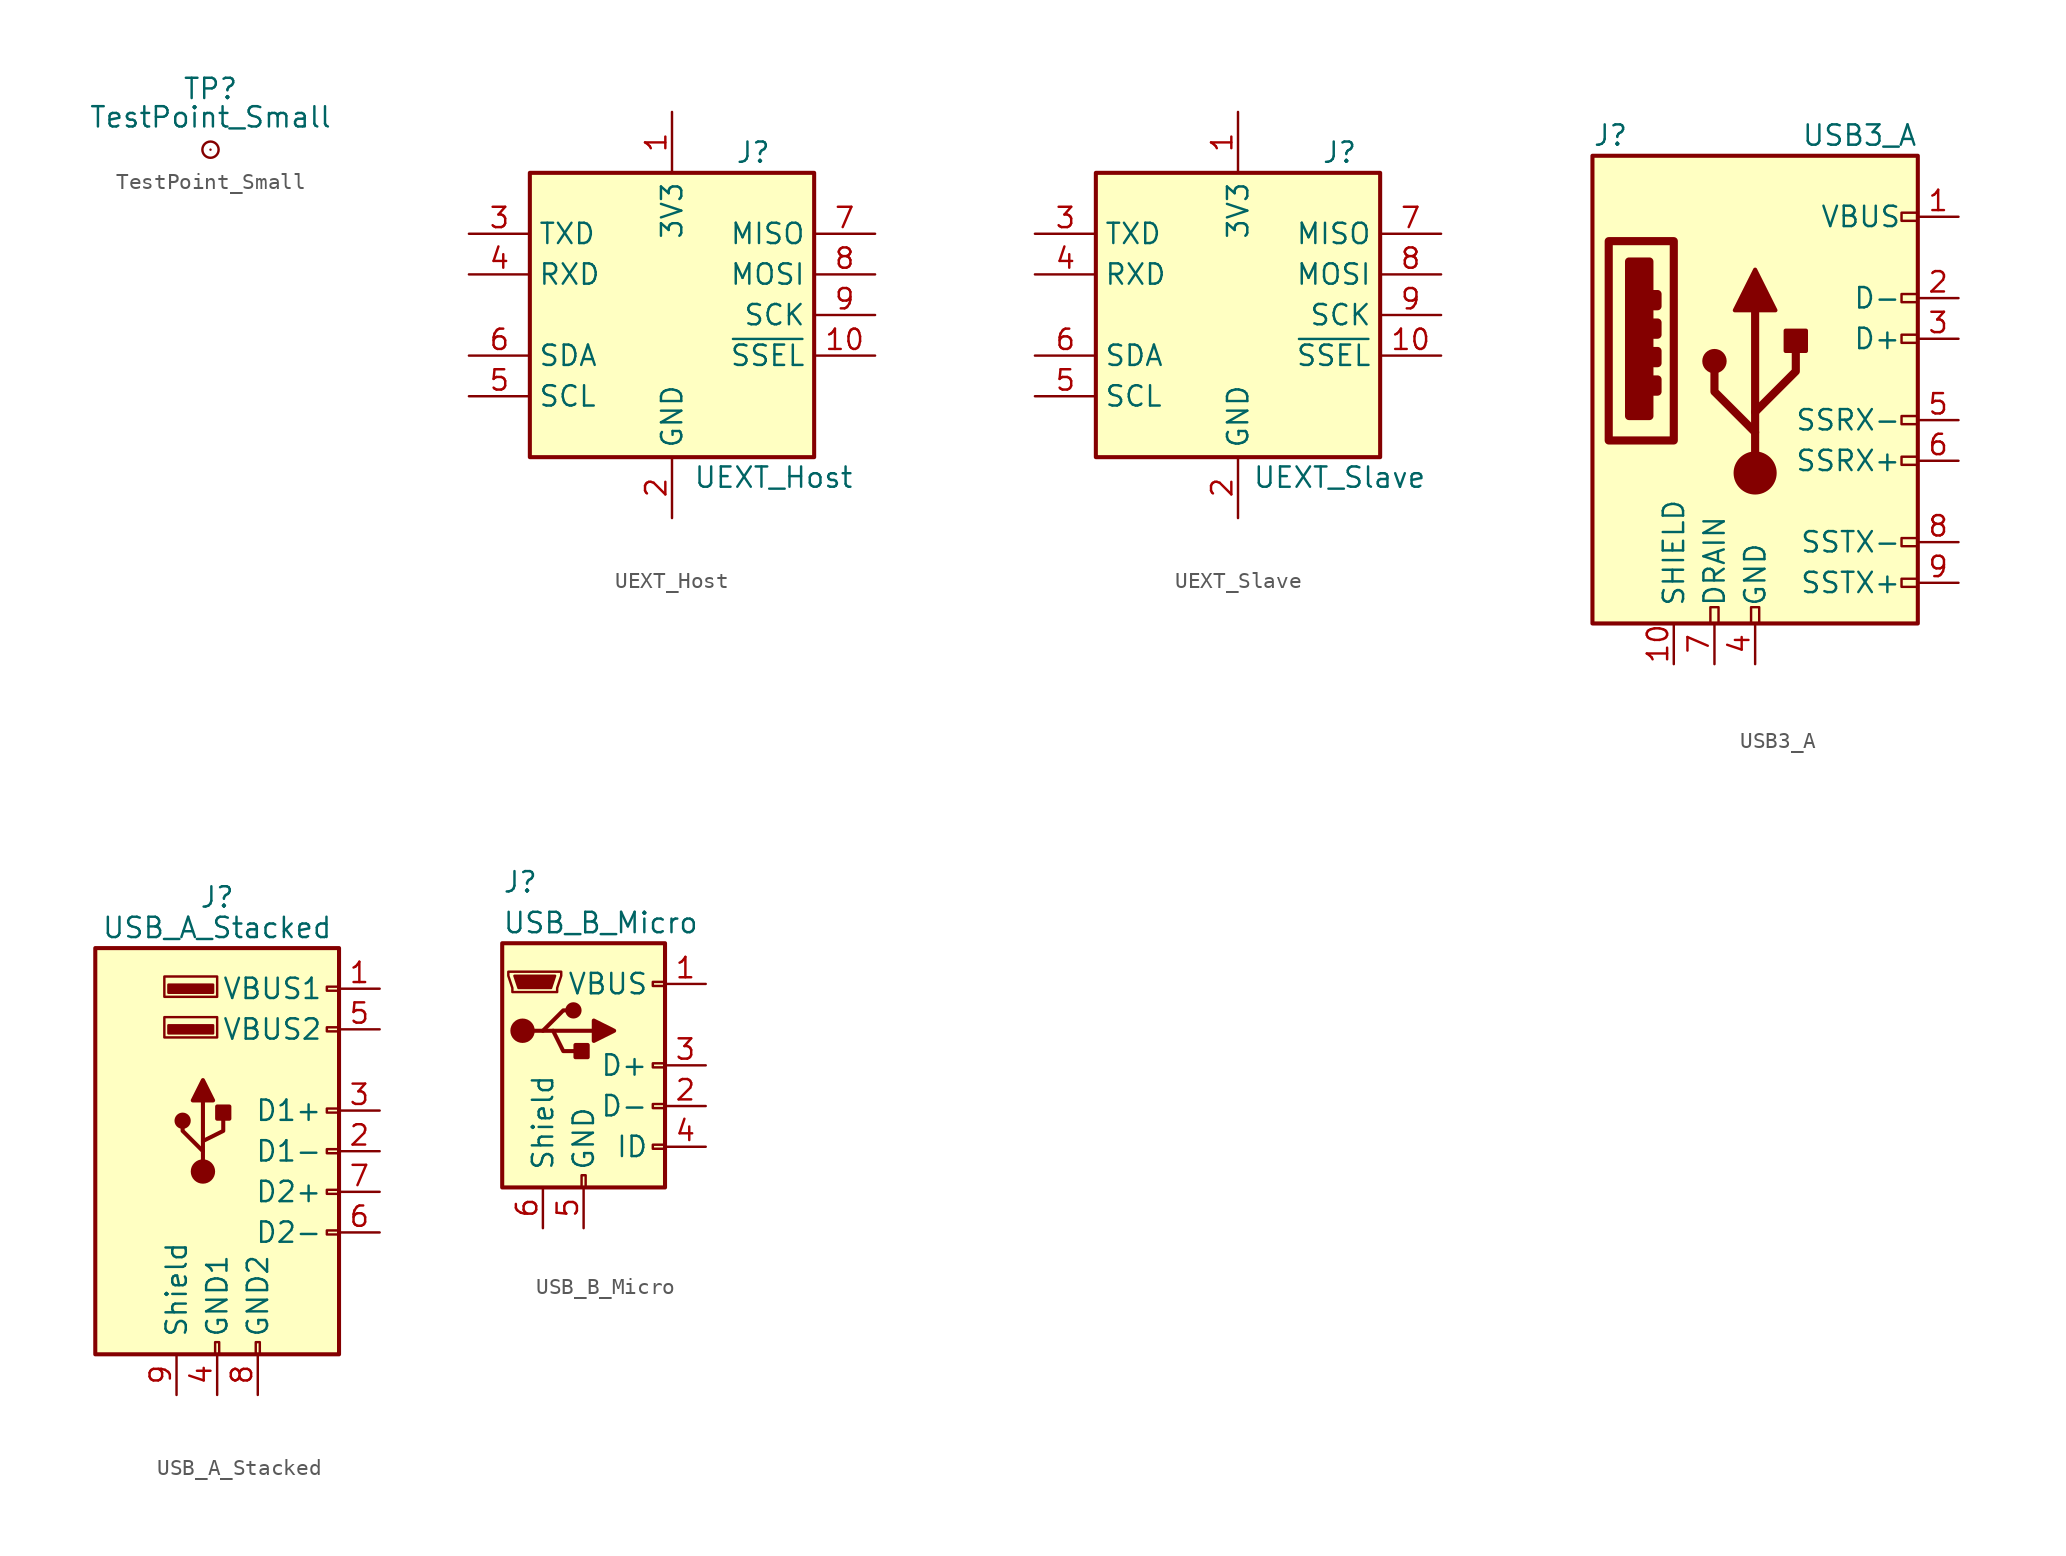
<source format=kicad_sym>
(kicad_symbol_lib
  (version 20201005)
  (generator kicad_symbol_editor)
  (symbol "Connector:TestPoint_Small"
    (pin_numbers hide)
    (pin_names
      (offset 0.762) hide)
    (property "Reference" "TP"
      (at 0 3.81 0)
      (effects (font (size 1.27 1.27))))
    (property "Value" "TestPoint_Small"
      (at 0 2.032 0)
      (effects (font (size 1.27 1.27))))
    (symbol "TestPoint_Small_0_1"
      (circle (center 0 0) (radius 0.508) (stroke (width 0)) (fill (type none))))
    (symbol "TestPoint_Small_1_1"
      (pin passive line (at 0 0 90) (length 0) (name "1" (effects (font (size 1.27 1.27)))) (number "1" (effects (font (size 1.27 1.27)))))))
  (symbol "Connector:UEXT_Host"
    (property "Reference" "J"
      (at 5.08 10.16 0)
      (effects (font (size 1.27 1.27))))
    (property "Value" "UEXT_Host"
      (at 6.35 -10.16 0)
      (effects (font (size 1.27 1.27))))
    (symbol "UEXT_Host_1_1"
      (rectangle (start -8.89 8.89) (end 8.89 -8.89) (stroke (width 0.254)) (fill (type background)))
      (pin power_in line (at 0 12.7 270) (length 3.81) (name "3V3" (effects (font (size 1.27 1.27)))) (number "1" (effects (font (size 1.27 1.27)))))
      (pin output line (at 12.7 -2.54 180) (length 3.81) (name "~SSEL" (effects (font (size 1.27 1.27)))) (number "10" (effects (font (size 1.27 1.27)))))
      (pin power_in line (at 0 -12.7 90) (length 3.81) (name "GND" (effects (font (size 1.27 1.27)))) (number "2" (effects (font (size 1.27 1.27)))))
      (pin output line (at -12.7 5.08 0) (length 3.81) (name "TXD" (effects (font (size 1.27 1.27)))) (number "3" (effects (font (size 1.27 1.27)))))
      (pin input line (at -12.7 2.54 0) (length 3.81) (name "RXD" (effects (font (size 1.27 1.27)))) (number "4" (effects (font (size 1.27 1.27)))))
      (pin output line (at -12.7 -5.08 0) (length 3.81) (name "SCL" (effects (font (size 1.27 1.27)))) (number "5" (effects (font (size 1.27 1.27)))))
      (pin bidirectional line (at -12.7 -2.54 0) (length 3.81) (name "SDA" (effects (font (size 1.27 1.27)))) (number "6" (effects (font (size 1.27 1.27)))))
      (pin output line (at 12.7 5.08 180) (length 3.81) (name "MISO" (effects (font (size 1.27 1.27)))) (number "7" (effects (font (size 1.27 1.27)))))
      (pin input line (at 12.7 2.54 180) (length 3.81) (name "MOSI" (effects (font (size 1.27 1.27)))) (number "8" (effects (font (size 1.27 1.27)))))
      (pin output line (at 12.7 0 180) (length 3.81) (name "SCK" (effects (font (size 1.27 1.27)))) (number "9" (effects (font (size 1.27 1.27)))))))
  (symbol "Connector:UEXT_Slave"
    (property "Reference" "J"
      (at 6.35 10.16 0)
      (effects (font (size 1.27 1.27))))
    (property "Value" "UEXT_Slave"
      (at 6.35 -10.16 0)
      (effects (font (size 1.27 1.27))))
    (symbol "UEXT_Slave_1_1"
      (rectangle (start -8.89 8.89) (end 8.89 -8.89) (stroke (width 0.254)) (fill (type background)))
      (pin power_out line (at 0 12.7 270) (length 3.81) (name "3V3" (effects (font (size 1.27 1.27)))) (number "1" (effects (font (size 1.27 1.27)))))
      (pin input line (at 12.7 -2.54 180) (length 3.81) (name "~SSEL" (effects (font (size 1.27 1.27)))) (number "10" (effects (font (size 1.27 1.27)))))
      (pin power_in line (at 0 -12.7 90) (length 3.81) (name "GND" (effects (font (size 1.27 1.27)))) (number "2" (effects (font (size 1.27 1.27)))))
      (pin input line (at -12.7 5.08 0) (length 3.81) (name "TXD" (effects (font (size 1.27 1.27)))) (number "3" (effects (font (size 1.27 1.27)))))
      (pin output line (at -12.7 2.54 0) (length 3.81) (name "RXD" (effects (font (size 1.27 1.27)))) (number "4" (effects (font (size 1.27 1.27)))))
      (pin input line (at -12.7 -5.08 0) (length 3.81) (name "SCL" (effects (font (size 1.27 1.27)))) (number "5" (effects (font (size 1.27 1.27)))))
      (pin bidirectional line (at -12.7 -2.54 0) (length 3.81) (name "SDA" (effects (font (size 1.27 1.27)))) (number "6" (effects (font (size 1.27 1.27)))))
      (pin input line (at 12.7 5.08 180) (length 3.81) (name "MISO" (effects (font (size 1.27 1.27)))) (number "7" (effects (font (size 1.27 1.27)))))
      (pin output line (at 12.7 2.54 180) (length 3.81) (name "MOSI" (effects (font (size 1.27 1.27)))) (number "8" (effects (font (size 1.27 1.27)))))
      (pin input line (at 12.7 0 180) (length 3.81) (name "SCK" (effects (font (size 1.27 1.27)))) (number "9" (effects (font (size 1.27 1.27)))))))
  (symbol "Connector:USB3_A"
    (pin_names
      (offset 1.016))
    (property "Reference" "J"
      (at -10.16 15.24 0)
      (effects (font (size 1.27 1.27)) (justify left)))
    (property "Value" "USB3_A"
      (at 10.16 15.24 0)
      (effects (font (size 1.27 1.27)) (justify right)))
    (symbol "USB3_A_0_0"
      (rectangle (start -9.144 8.636) (end -5.08 -3.81) (stroke (width 0.508)) (fill (type none)))
      (rectangle (start -7.874 7.366) (end -6.604 -2.286) (stroke (width 0.508)) (fill (type outline)))
      (rectangle (start -6.35 0) (end -6.096 -0.762) (stroke (width 0.508)) (fill (type none)))
      (rectangle (start -6.35 1.778) (end -6.096 1.016) (stroke (width 0.508)) (fill (type none)))
      (rectangle (start -6.35 3.556) (end -6.096 2.794) (stroke (width 0.508)) (fill (type none)))
      (rectangle (start -6.35 5.334) (end -6.096 4.572) (stroke (width 0.508)) (fill (type none)))
      (rectangle (start -2.794 -15.24) (end -2.286 -14.224) (stroke (width 0)) (fill (type none)))
      (rectangle (start -0.254 -15.24) (end 0.254 -14.224) (stroke (width 0)) (fill (type none)))
      (rectangle (start 10.16 -12.446) (end 9.144 -12.954) (stroke (width 0)) (fill (type none)))
      (rectangle (start 10.16 -9.906) (end 9.144 -10.414) (stroke (width 0)) (fill (type none)))
      (rectangle (start 10.16 -4.826) (end 9.144 -5.334) (stroke (width 0)) (fill (type none)))
      (rectangle (start 10.16 -2.286) (end 9.144 -2.794) (stroke (width 0)) (fill (type none)))
      (rectangle (start 10.16 2.794) (end 9.144 2.286) (stroke (width 0)) (fill (type none)))
      (rectangle (start 10.16 5.334) (end 9.144 4.826) (stroke (width 0)) (fill (type none)))
      (rectangle (start 10.16 10.414) (end 9.144 9.906) (stroke (width 0)) (fill (type none))))
    (symbol "USB3_A_0_1"
      (rectangle (start -10.16 13.97) (end 10.16 -15.24) (stroke (width 0.254)) (fill (type background))))
    (symbol "USB3_A_1_1"
      (circle (center -2.54 1.143) (radius 0.635) (stroke (width 0.254)) (fill (type outline)))
      (circle (center 0 -5.842) (radius 1.27) (stroke (width 0)) (fill (type outline)))
      (rectangle (start 1.905 1.778) (end 3.175 3.048) (stroke (width 0.254)) (fill (type outline)))
      (polyline (pts (xy 0 -5.842) (xy 0 4.318)) (stroke (width 0.508)) (fill (type none)))
      (polyline (pts (xy 0 -3.302) (xy -2.54 -0.762) (xy -2.54 0.508)) (stroke (width 0.508)) (fill (type none)))
      (polyline (pts (xy 0 -2.032) (xy 2.54 0.508) (xy 2.54 1.778)) (stroke (width 0.508)) (fill (type none)))
      (polyline (pts (xy -1.27 4.318) (xy 0 6.858) (xy 1.27 4.318) (xy -1.27 4.318)) (stroke (width 0.254)) (fill (type outline)))
      (pin power_in line (at 12.7 10.16 180) (length 2.54) (name "VBUS" (effects (font (size 1.27 1.27)))) (number "1" (effects (font (size 1.27 1.27)))))
      (pin passive line (at -5.08 -17.78 90) (length 2.54) (name "SHIELD" (effects (font (size 1.27 1.27)))) (number "10" (effects (font (size 1.27 1.27)))))
      (pin bidirectional line (at 12.7 5.08 180) (length 2.54) (name "D-" (effects (font (size 1.27 1.27)))) (number "2" (effects (font (size 1.27 1.27)))))
      (pin bidirectional line (at 12.7 2.54 180) (length 2.54) (name "D+" (effects (font (size 1.27 1.27)))) (number "3" (effects (font (size 1.27 1.27)))))
      (pin power_in line (at 0 -17.78 90) (length 2.54) (name "GND" (effects (font (size 1.27 1.27)))) (number "4" (effects (font (size 1.27 1.27)))))
      (pin output line (at 12.7 -2.54 180) (length 2.54) (name "SSRX-" (effects (font (size 1.27 1.27)))) (number "5" (effects (font (size 1.27 1.27)))))
      (pin output line (at 12.7 -5.08 180) (length 2.54) (name "SSRX+" (effects (font (size 1.27 1.27)))) (number "6" (effects (font (size 1.27 1.27)))))
      (pin passive line (at -2.54 -17.78 90) (length 2.54) (name "DRAIN" (effects (font (size 1.27 1.27)))) (number "7" (effects (font (size 1.27 1.27)))))
      (pin input line (at 12.7 -10.16 180) (length 2.54) (name "SSTX-" (effects (font (size 1.27 1.27)))) (number "8" (effects (font (size 1.27 1.27)))))
      (pin input line (at 12.7 -12.7 180) (length 2.54) (name "SSTX+" (effects (font (size 1.27 1.27)))) (number "9" (effects (font (size 1.27 1.27)))))))
  (symbol "Connector:USB_A_Stacked"
    (pin_names
      (offset 1.016))
    (property "Reference" "J"
      (at 0 15.875 0)
      (effects (font (size 1.27 1.27))))
    (property "Value" "USB_A_Stacked"
      (at 0 13.97 0)
      (effects (font (size 1.27 1.27))))
    (symbol "USB_A_Stacked_0_1"
      (circle (center -0.889 -1.27) (radius 0.635) (stroke (width 0.254)) (fill (type outline)))
      (circle (center -2.159 1.905) (radius 0.381) (stroke (width 0.254)) (fill (type outline)))
      (rectangle (start -7.62 12.7) (end 7.62 -12.7) (stroke (width 0.254)) (fill (type background)))
      (rectangle (start -0.254 7.366) (end -3.048 7.874) (stroke (width 0)) (fill (type outline)))
      (rectangle (start 0 7.112) (end -3.302 8.382) (stroke (width 0)) (fill (type none)))
      (rectangle (start -0.127 -12.7) (end 0.127 -11.938) (stroke (width 0)) (fill (type none)))
      (rectangle (start 0 2.794) (end 0.762 2.032) (stroke (width 0.254)) (fill (type outline)))
      (rectangle (start 7.62 -0.127) (end 6.858 0.127) (stroke (width 0)) (fill (type none)))
      (rectangle (start 7.62 2.413) (end 6.858 2.667) (stroke (width 0)) (fill (type none)))
      (rectangle (start 7.62 7.493) (end 6.858 7.747) (stroke (width 0)) (fill (type none)))
      (rectangle (start 7.62 -5.207) (end 6.858 -4.953) (stroke (width 0)) (fill (type none)))
      (rectangle (start 7.62 -2.667) (end 6.858 -2.413) (stroke (width 0)) (fill (type none)))
      (rectangle (start 7.62 10.033) (end 6.858 10.287) (stroke (width 0)) (fill (type none)))
      (rectangle (start 0 9.652) (end -3.302 10.922) (stroke (width 0)) (fill (type none)))
      (rectangle (start -0.254 9.906) (end -3.048 10.414) (stroke (width 0)) (fill (type outline)))
      (rectangle (start 2.413 -12.7) (end 2.667 -11.938) (stroke (width 0)) (fill (type none)))
      (polyline (pts (xy -0.889 -0.635) (xy -0.889 0) (xy -2.159 1.27) (xy -2.159 1.905)) (stroke (width 0.254)) (fill (type none)))
      (polyline (pts (xy -0.889 0) (xy -0.889 0.635) (xy 0.381 1.27) (xy 0.381 2.54)) (stroke (width 0.254)) (fill (type none)))
      (polyline (pts (xy -1.524 3.175) (xy -0.254 3.175) (xy -0.889 4.445) (xy -1.524 3.175)) (stroke (width 0.254)) (fill (type outline))))
    (symbol "USB_A_Stacked_1_1"
      (polyline (pts (xy -0.889 0.635) (xy -0.889 3.175)) (stroke (width 0.254)) (fill (type none)))
      (pin power_in line (at 10.16 7.62 180) (length 2.54) (name "VBUS2" (effects (font (size 1.27 1.27)))) (number "5" (effects (font (size 1.27 1.27)))))
      (pin bidirectional line (at 10.16 0 180) (length 2.54) (name "D1-" (effects (font (size 1.27 1.27)))) (number "2" (effects (font (size 1.27 1.27)))))
      (pin bidirectional line (at 10.16 2.54 180) (length 2.54) (name "D1+" (effects (font (size 1.27 1.27)))) (number "3" (effects (font (size 1.27 1.27)))))
      (pin power_in line (at 0 -15.24 90) (length 2.54) (name "GND1" (effects (font (size 1.27 1.27)))) (number "4" (effects (font (size 1.27 1.27)))))
      (pin passive line (at -2.54 -15.24 90) (length 2.54) (name "Shield" (effects (font (size 1.27 1.27)))) (number "9" (effects (font (size 1.27 1.27)))))
      (pin bidirectional line (at 10.16 -5.08 180) (length 2.54) (name "D2-" (effects (font (size 1.27 1.27)))) (number "6" (effects (font (size 1.27 1.27)))))
      (pin bidirectional line (at 10.16 -2.54 180) (length 2.54) (name "D2+" (effects (font (size 1.27 1.27)))) (number "7" (effects (font (size 1.27 1.27)))))
      (pin power_in line (at 10.16 10.16 180) (length 2.54) (name "VBUS1" (effects (font (size 1.27 1.27)))) (number "1" (effects (font (size 1.27 1.27)))))
      (pin power_in line (at 2.54 -15.24 90) (length 2.54) (name "GND2" (effects (font (size 1.27 1.27)))) (number "8" (effects (font (size 1.27 1.27)))))))
  (symbol "Connector:USB_B_Micro"
    (pin_names
      (offset 1.016))
    (property "Reference" "J"
      (at -5.08 11.43 0)
      (effects (font (size 1.27 1.27)) (justify left)))
    (property "Value" "USB_B_Micro"
      (at -5.08 8.89 0)
      (effects (font (size 1.27 1.27)) (justify left)))
    (symbol "USB_B_Micro_0_1"
      (circle (center -3.81 2.159) (radius 0.635) (stroke (width 0.254)) (fill (type outline)))
      (circle (center -0.635 3.429) (radius 0.381) (stroke (width 0.254)) (fill (type outline)))
      (rectangle (start -5.08 -7.62) (end 5.08 7.62) (stroke (width 0.254)) (fill (type background)))
      (rectangle (start -0.127 -7.62) (end 0.127 -6.858) (stroke (width 0)) (fill (type none)))
      (rectangle (start 0.254 1.27) (end -0.508 0.508) (stroke (width 0.254)) (fill (type outline)))
      (rectangle (start 5.08 -5.207) (end 4.318 -4.953) (stroke (width 0)) (fill (type none)))
      (rectangle (start 5.08 -2.667) (end 4.318 -2.413) (stroke (width 0)) (fill (type none)))
      (rectangle (start 5.08 -0.127) (end 4.318 0.127) (stroke (width 0)) (fill (type none)))
      (rectangle (start 5.08 4.953) (end 4.318 5.207) (stroke (width 0)) (fill (type none)))
      (polyline (pts (xy -1.905 2.159) (xy 0.635 2.159)) (stroke (width 0.254)) (fill (type none)))
      (polyline (pts (xy -3.175 2.159) (xy -2.54 2.159) (xy -1.27 3.429) (xy -0.635 3.429)) (stroke (width 0.254)) (fill (type none)))
      (polyline (pts (xy -2.54 2.159) (xy -1.905 2.159) (xy -1.27 0.889) (xy 0 0.889)) (stroke (width 0.254)) (fill (type none)))
      (polyline (pts (xy 0.635 2.794) (xy 0.635 1.524) (xy 1.905 2.159) (xy 0.635 2.794)) (stroke (width 0.254)) (fill (type outline)))
      (polyline (pts (xy -4.318 5.588) (xy -1.778 5.588) (xy -2.032 4.826) (xy -4.064 4.826) (xy -4.318 5.588)) (stroke (width 0)) (fill (type outline)))
      (polyline (pts (xy -4.699 5.842) (xy -4.699 5.588) (xy -4.445 4.826) (xy -4.445 4.572) (xy -1.651 4.572) (xy -1.651 4.826) (xy -1.397 5.588) (xy -1.397 5.842) (xy -4.699 5.842)) (stroke (width 0)) (fill (type none))))
    (symbol "USB_B_Micro_1_1"
      (pin power_out line (at 7.62 5.08 180) (length 2.54) (name "VBUS" (effects (font (size 1.27 1.27)))) (number "1" (effects (font (size 1.27 1.27)))))
      (pin bidirectional line (at 7.62 -2.54 180) (length 2.54) (name "D-" (effects (font (size 1.27 1.27)))) (number "2" (effects (font (size 1.27 1.27)))))
      (pin bidirectional line (at 7.62 0 180) (length 2.54) (name "D+" (effects (font (size 1.27 1.27)))) (number "3" (effects (font (size 1.27 1.27)))))
      (pin passive line (at 7.62 -5.08 180) (length 2.54) (name "ID" (effects (font (size 1.27 1.27)))) (number "4" (effects (font (size 1.27 1.27)))))
      (pin power_out line (at 0 -10.16 90) (length 2.54) (name "GND" (effects (font (size 1.27 1.27)))) (number "5" (effects (font (size 1.27 1.27)))))
      (pin passive line (at -2.54 -10.16 90) (length 2.54) (name "Shield" (effects (font (size 1.27 1.27)))) (number "6" (effects (font (size 1.27 1.27))))))))
</source>
